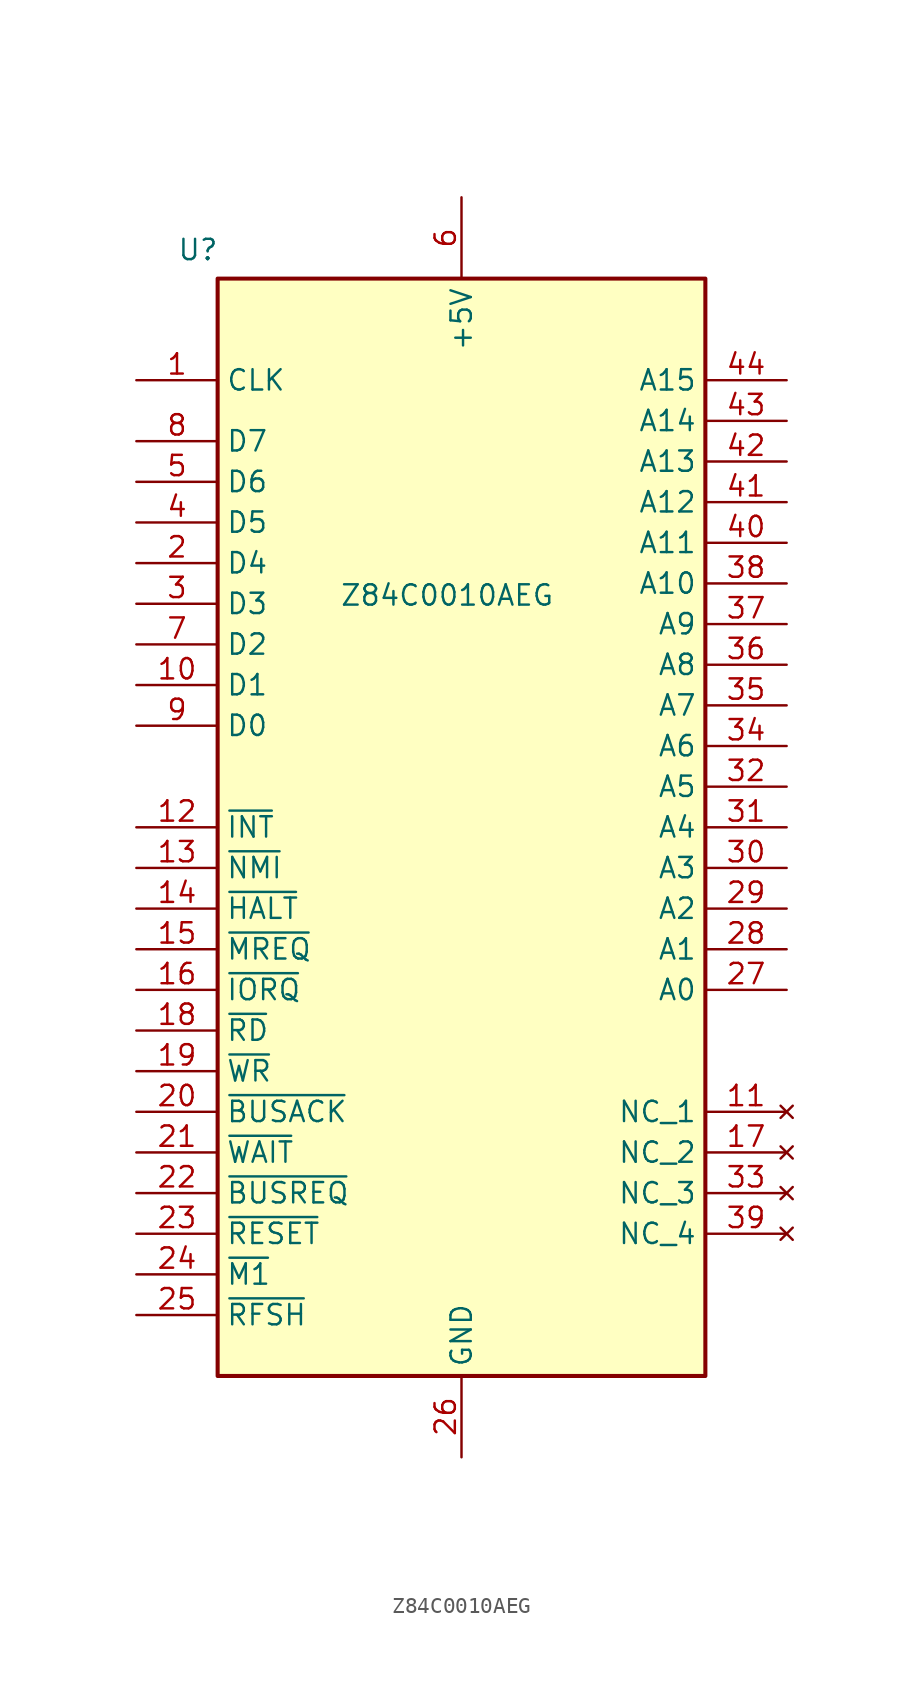
<source format=kicad_sym>
(kicad_symbol_lib
  (version 20220914)
  (generator kicad_symbol_editor)
  (symbol "Z84C0010AEG"
    (property "Reference" "U"
      (at -17.78 25.4 0)
      (effects (font (size 1.27 1.27)) (justify left top)))
    (property "Value" "Z84C0010AEG"
      (at -7.62 3.81 0)
      (effects (font (size 1.27 1.27)) (justify left top)))
    (symbol "Z84C0010AEG_1_1"
      (rectangle (start -15.24 22.86) (end 15.24 -45.72) (stroke (width 0.254) (type default)) (fill (type background)))
      (pin input line (at -20.32 16.51 0) (length 5.08) (name "CLK" (effects (font (size 1.27 1.27)))) (number "1" (effects (font (size 1.27 1.27)))))
      (pin bidirectional line (at -20.32 -2.54 0) (length 5.08) (name "D1" (effects (font (size 1.27 1.27)))) (number "10" (effects (font (size 1.27 1.27)))))
      (pin no_connect line (at 20.32 -29.21 180) (length 5.08) (name "NC_1" (effects (font (size 1.27 1.27)))) (number "11" (effects (font (size 1.27 1.27)))))
      (pin passive line (at -20.32 -11.43 0) (length 5.08) (name "~{INT}" (effects (font (size 1.27 1.27)))) (number "12" (effects (font (size 1.27 1.27)))))
      (pin passive line (at -20.32 -13.97 0) (length 5.08) (name "~{NMI}" (effects (font (size 1.27 1.27)))) (number "13" (effects (font (size 1.27 1.27)))))
      (pin passive line (at -20.32 -16.51 0) (length 5.08) (name "~{HALT}" (effects (font (size 1.27 1.27)))) (number "14" (effects (font (size 1.27 1.27)))))
      (pin passive line (at -20.32 -19.05 0) (length 5.08) (name "~{MREQ}" (effects (font (size 1.27 1.27)))) (number "15" (effects (font (size 1.27 1.27)))))
      (pin passive line (at -20.32 -21.59 0) (length 5.08) (name "~{IORQ}" (effects (font (size 1.27 1.27)))) (number "16" (effects (font (size 1.27 1.27)))))
      (pin no_connect line (at 20.32 -31.75 180) (length 5.08) (name "NC_2" (effects (font (size 1.27 1.27)))) (number "17" (effects (font (size 1.27 1.27)))))
      (pin passive line (at -20.32 -24.13 0) (length 5.08) (name "~{RD}" (effects (font (size 1.27 1.27)))) (number "18" (effects (font (size 1.27 1.27)))))
      (pin passive line (at -20.32 -26.67 0) (length 5.08) (name "~{WR}" (effects (font (size 1.27 1.27)))) (number "19" (effects (font (size 1.27 1.27)))))
      (pin bidirectional line (at -20.32 5.08 0) (length 5.08) (name "D4" (effects (font (size 1.27 1.27)))) (number "2" (effects (font (size 1.27 1.27)))))
      (pin passive line (at -20.32 -29.21 0) (length 5.08) (name "~{BUSACK}" (effects (font (size 1.27 1.27)))) (number "20" (effects (font (size 1.27 1.27)))))
      (pin passive line (at -20.32 -31.75 0) (length 5.08) (name "~{WAIT}" (effects (font (size 1.27 1.27)))) (number "21" (effects (font (size 1.27 1.27)))))
      (pin passive line (at -20.32 -34.29 0) (length 5.08) (name "~{BUSREQ}" (effects (font (size 1.27 1.27)))) (number "22" (effects (font (size 1.27 1.27)))))
      (pin passive line (at -20.32 -36.83 0) (length 5.08) (name "~{RESET}" (effects (font (size 1.27 1.27)))) (number "23" (effects (font (size 1.27 1.27)))))
      (pin passive line (at -20.32 -39.37 0) (length 5.08) (name "~{M1}" (effects (font (size 1.27 1.27)))) (number "24" (effects (font (size 1.27 1.27)))))
      (pin passive line (at -20.32 -41.91 0) (length 5.08) (name "~{RFSH}" (effects (font (size 1.27 1.27)))) (number "25" (effects (font (size 1.27 1.27)))))
      (pin passive line (at 0 -50.8 90) (length 5.08) (name "GND" (effects (font (size 1.27 1.27)))) (number "26" (effects (font (size 1.27 1.27)))))
      (pin output line (at 20.32 -21.59 180) (length 5.08) (name "A0" (effects (font (size 1.27 1.27)))) (number "27" (effects (font (size 1.27 1.27)))))
      (pin output line (at 20.32 -19.05 180) (length 5.08) (name "A1" (effects (font (size 1.27 1.27)))) (number "28" (effects (font (size 1.27 1.27)))))
      (pin output line (at 20.32 -16.51 180) (length 5.08) (name "A2" (effects (font (size 1.27 1.27)))) (number "29" (effects (font (size 1.27 1.27)))))
      (pin bidirectional line (at -20.32 2.54 0) (length 5.08) (name "D3" (effects (font (size 1.27 1.27)))) (number "3" (effects (font (size 1.27 1.27)))))
      (pin output line (at 20.32 -13.97 180) (length 5.08) (name "A3" (effects (font (size 1.27 1.27)))) (number "30" (effects (font (size 1.27 1.27)))))
      (pin output line (at 20.32 -11.43 180) (length 5.08) (name "A4" (effects (font (size 1.27 1.27)))) (number "31" (effects (font (size 1.27 1.27)))))
      (pin output line (at 20.32 -8.89 180) (length 5.08) (name "A5" (effects (font (size 1.27 1.27)))) (number "32" (effects (font (size 1.27 1.27)))))
      (pin no_connect line (at 20.32 -34.29 180) (length 5.08) (name "NC_3" (effects (font (size 1.27 1.27)))) (number "33" (effects (font (size 1.27 1.27)))))
      (pin output line (at 20.32 -6.35 180) (length 5.08) (name "A6" (effects (font (size 1.27 1.27)))) (number "34" (effects (font (size 1.27 1.27)))))
      (pin output line (at 20.32 -3.81 180) (length 5.08) (name "A7" (effects (font (size 1.27 1.27)))) (number "35" (effects (font (size 1.27 1.27)))))
      (pin output line (at 20.32 -1.27 180) (length 5.08) (name "A8" (effects (font (size 1.27 1.27)))) (number "36" (effects (font (size 1.27 1.27)))))
      (pin output line (at 20.32 1.27 180) (length 5.08) (name "A9" (effects (font (size 1.27 1.27)))) (number "37" (effects (font (size 1.27 1.27)))))
      (pin output line (at 20.32 3.81 180) (length 5.08) (name "A10" (effects (font (size 1.27 1.27)))) (number "38" (effects (font (size 1.27 1.27)))))
      (pin no_connect line (at 20.32 -36.83 180) (length 5.08) (name "NC_4" (effects (font (size 1.27 1.27)))) (number "39" (effects (font (size 1.27 1.27)))))
      (pin bidirectional line (at -20.32 7.62 0) (length 5.08) (name "D5" (effects (font (size 1.27 1.27)))) (number "4" (effects (font (size 1.27 1.27)))))
      (pin output line (at 20.32 6.35 180) (length 5.08) (name "A11" (effects (font (size 1.27 1.27)))) (number "40" (effects (font (size 1.27 1.27)))))
      (pin output line (at 20.32 8.89 180) (length 5.08) (name "A12" (effects (font (size 1.27 1.27)))) (number "41" (effects (font (size 1.27 1.27)))))
      (pin output line (at 20.32 11.43 180) (length 5.08) (name "A13" (effects (font (size 1.27 1.27)))) (number "42" (effects (font (size 1.27 1.27)))))
      (pin output line (at 20.32 13.97 180) (length 5.08) (name "A14" (effects (font (size 1.27 1.27)))) (number "43" (effects (font (size 1.27 1.27)))))
      (pin output line (at 20.32 16.51 180) (length 5.08) (name "A15" (effects (font (size 1.27 1.27)))) (number "44" (effects (font (size 1.27 1.27)))))
      (pin bidirectional line (at -20.32 10.16 0) (length 5.08) (name "D6" (effects (font (size 1.27 1.27)))) (number "5" (effects (font (size 1.27 1.27)))))
      (pin passive line (at 0 27.94 270) (length 5.08) (name "+5V" (effects (font (size 1.27 1.27)))) (number "6" (effects (font (size 1.27 1.27)))))
      (pin bidirectional line (at -20.32 0 0) (length 5.08) (name "D2" (effects (font (size 1.27 1.27)))) (number "7" (effects (font (size 1.27 1.27)))))
      (pin bidirectional line (at -20.32 12.7 0) (length 5.08) (name "D7" (effects (font (size 1.27 1.27)))) (number "8" (effects (font (size 1.27 1.27)))))
      (pin bidirectional line (at -20.32 -5.08 0) (length 5.08) (name "D0" (effects (font (size 1.27 1.27)))) (number "9" (effects (font (size 1.27 1.27))))))))
</source>
